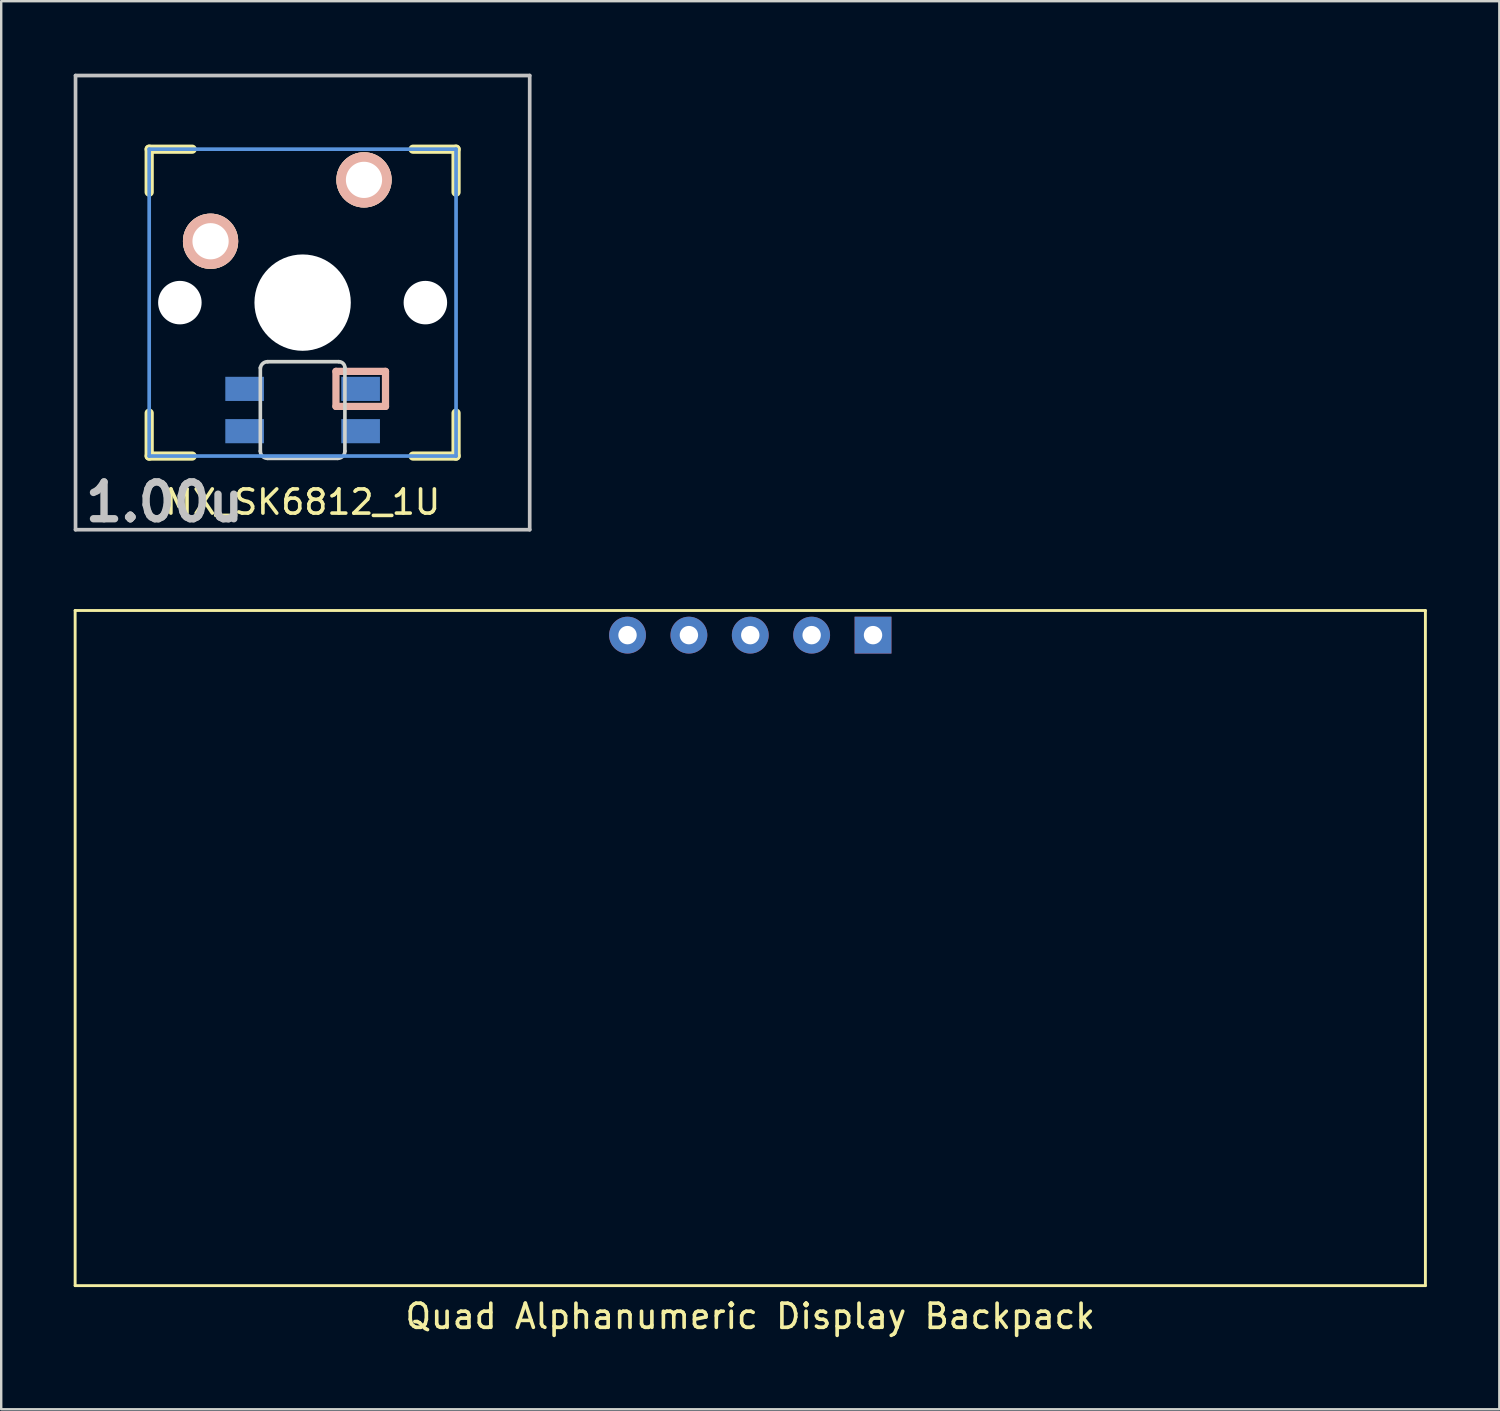
<source format=kicad_pcb>
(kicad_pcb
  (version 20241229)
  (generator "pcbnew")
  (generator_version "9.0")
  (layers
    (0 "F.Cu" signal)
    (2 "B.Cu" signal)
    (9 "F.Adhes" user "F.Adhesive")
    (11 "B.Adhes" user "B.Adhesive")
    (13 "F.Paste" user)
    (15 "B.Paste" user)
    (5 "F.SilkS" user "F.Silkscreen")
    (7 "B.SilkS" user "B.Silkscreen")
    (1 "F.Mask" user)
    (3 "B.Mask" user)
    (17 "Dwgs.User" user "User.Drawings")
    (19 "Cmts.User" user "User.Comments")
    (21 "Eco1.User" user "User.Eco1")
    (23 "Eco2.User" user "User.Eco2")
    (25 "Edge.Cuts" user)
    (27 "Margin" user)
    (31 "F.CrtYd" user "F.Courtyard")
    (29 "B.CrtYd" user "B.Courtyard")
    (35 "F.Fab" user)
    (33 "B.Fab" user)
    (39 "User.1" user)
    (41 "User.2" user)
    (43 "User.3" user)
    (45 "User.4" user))
  (footprint "MX_SK6812_1U"
    (layer "F.Cu")
    (at 9.474 9.474)
    (property "Reference" "MX_SK6812_1U" (at 0 8.255 0) (layer "F.SilkS") (effects (font (size 1 1) (thickness 0.15))))
    (attr through_hole)
    (fp_line (start -6.35 -6.35) (end -4.572 -6.35) (stroke (width 0.381) (type solid)) (layer "F.SilkS"))
    (fp_line (start -6.35 -4.572) (end -6.35 -6.35) (stroke (width 0.381) (type solid)) (layer "F.SilkS"))
    (fp_line (start -6.35 6.35) (end -6.35 4.572) (stroke (width 0.381) (type solid)) (layer "F.SilkS"))
    (fp_line (start -4.572 6.35) (end -6.35 6.35) (stroke (width 0.381) (type solid)) (layer "F.SilkS"))
    (fp_line (start 4.572 -6.35) (end 6.35 -6.35) (stroke (width 0.381) (type solid)) (layer "F.SilkS"))
    (fp_line (start 6.35 -6.35) (end 6.35 -4.572) (stroke (width 0.381) (type solid)) (layer "F.SilkS"))
    (fp_line (start 6.35 4.572) (end 6.35 6.35) (stroke (width 0.381) (type solid)) (layer "F.SilkS"))
    (fp_line (start 6.35 6.35) (end 4.572 6.35) (stroke (width 0.381) (type solid)) (layer "F.SilkS"))
    (fp_line (start 1.38 2.845) (end 3.43 2.845) (stroke (width 0.3) (type solid)) (layer "B.SilkS"))
    (fp_line (start 1.38 4.295) (end 1.38 2.845) (stroke (width 0.3) (type solid)) (layer "B.SilkS"))
    (fp_line (start 3.43 2.845) (end 3.43 4.295) (stroke (width 0.3) (type solid)) (layer "B.SilkS"))
    (fp_line (start 3.43 4.295) (end 1.38 4.295) (stroke (width 0.3) (type solid)) (layer "B.SilkS"))
    (fp_line (start -9.398 -9.398) (end 9.398 -9.398) (stroke (width 0.152) (type solid)) (layer "Dwgs.User"))
    (fp_line (start -9.398 9.398) (end -9.398 -9.398) (stroke (width 0.152) (type solid)) (layer "Dwgs.User"))
    (fp_line (start 9.398 -9.398) (end 9.398 9.398) (stroke (width 0.152) (type solid)) (layer "Dwgs.User"))
    (fp_line (start 9.398 9.398) (end -9.398 9.398) (stroke (width 0.152) (type solid)) (layer "Dwgs.User"))
    (fp_line (start -6.35 -6.35) (end 6.35 -6.35) (stroke (width 0.152) (type solid)) (layer "Cmts.User"))
    (fp_line (start -6.35 6.35) (end -6.35 -6.35) (stroke (width 0.152) (type solid)) (layer "Cmts.User"))
    (fp_line (start 6.35 -6.35) (end 6.35 6.35) (stroke (width 0.152) (type solid)) (layer "Cmts.User"))
    (fp_line (start 6.35 6.35) (end -6.35 6.35) (stroke (width 0.152) (type solid)) (layer "Cmts.User"))
    (fp_line (start -6.985 -6.985) (end 6.985 -6.985) (stroke (width 0.152) (type solid)) (layer "Eco2.User"))
    (fp_line (start -6.985 6.985) (end -6.985 -6.985) (stroke (width 0.152) (type solid)) (layer "Eco2.User"))
    (fp_line (start 6.985 -6.985) (end 6.985 6.985) (stroke (width 0.152) (type solid)) (layer "Eco2.User"))
    (fp_line (start 6.985 6.985) (end -6.985 6.985) (stroke (width 0.152) (type solid)) (layer "Eco2.User"))
    (fp_line (start -1.75 2.695) (end -1.75 6.145) (stroke (width 0.15) (type solid)) (layer "Edge.Cuts"))
    (fp_line (start -1.45 6.445) (end 1.45 6.445) (stroke (width 0.15) (type solid)) (layer "Edge.Cuts"))
    (fp_line (start 1.5 2.445) (end -1.45 2.445) (stroke (width 0.15) (type solid)) (layer "Edge.Cuts"))
    (fp_line (start 1.75 6.145) (end 1.75 2.695) (stroke (width 0.15) (type solid)) (layer "Edge.Cuts"))
    (fp_arc (start -1.746985 2.702574) (mid -1.646561 2.518364) (end -1.45 2.445) (stroke (width 0.15) (type solid)) (layer "Edge.Cuts"))
    (fp_arc (start -1.45 6.445) (mid -1.662132 6.357132) (end -1.75 6.145) (stroke (width 0.15) (type solid)) (layer "Edge.Cuts"))
    (fp_arc (start 1.5 2.445) (mid 1.676777 2.518223) (end 1.75 2.695) (stroke (width 0.15) (type solid)) (layer "Edge.Cuts"))
    (fp_arc (start 1.75 6.145) (mid 1.662132 6.357132) (end 1.45 6.445) (stroke (width 0.15) (type solid)) (layer "Edge.Cuts"))
    (fp_text user "1.00u" (at -5.715 8.255 0) (layer "Dwgs.User") (effects (font (size 1.524 1.524) (thickness 0.305))))
    (pad "" np_thru_hole circle (at -5.08 0) (size 1.8 1.8) (drill 1.8) (layers "*.Cu"))
    (pad "" np_thru_hole circle (at 0 0) (size 3.988 3.988) (drill 3.988) (layers "*.Cu"))
    (pad "" np_thru_hole circle (at 5.08 0) (size 1.8 1.8) (drill 1.8) (layers "*.Cu"))
    (pad "1" smd rect (at -2.4 3.57) (size 1.6 1) (layers "B.Cu" "B.Mask" "B.Paste"))
    (pad "1" thru_hole circle (at 2.54 -5.08) (size 2.286 2.286) (drill 1.499) (layers "*.Cu" "*.SilkS" "*.Mask"))
    (pad "2" thru_hole circle (at -3.81 -2.54) (size 2.286 2.286) (drill 1.499) (layers "*.Cu" "*.SilkS" "*.Mask"))
    (pad "2" smd rect (at -2.4 5.32) (size 1.6 1) (layers "B.Cu" "B.Mask" "B.Paste"))
    (pad "3" smd rect (at 2.4 5.32) (size 1.6 1) (layers "B.Cu" "B.Mask" "B.Paste"))
    (pad "4" smd rect (at 2.4 3.57) (size 1.6 1) (layers "B.Cu" "B.Mask" "B.Paste")))
  (footprint "Quad Alphanumeric Display Backpack"
    (layer "F.Cu")
    (at 28 36.186)
    (property "Reference" "Quad Alphanumeric Display Backpack" (at 0 15.24 0) (layer "F.SilkS") (effects (font (size 1 1) (thickness 0.15))))
    (attr through_hole)
    (fp_line (start -27.94 -13.97) (end -27.94 13.97) (stroke (width 0.12) (type solid)) (layer "F.SilkS"))
    (fp_line (start -27.94 -13.97) (end 27.94 -13.97) (stroke (width 0.12) (type solid)) (layer "F.SilkS"))
    (fp_line (start -27.94 13.97) (end 27.94 13.97) (stroke (width 0.12) (type solid)) (layer "F.SilkS"))
    (fp_line (start 27.94 -13.97) (end 27.94 13.97) (stroke (width 0.12) (type solid)) (layer "F.SilkS"))
    (pad "1" thru_hole circle (at -5.08 -12.951) (size 1.524 1.524) (drill 0.762) (layers "*.Cu" "*.Mask"))
    (pad "2" thru_hole circle (at -2.54 -12.951) (size 1.524 1.524) (drill 0.762) (layers "*.Cu" "*.Mask"))
    (pad "3" thru_hole circle (at 0 -12.951) (size 1.524 1.524) (drill 0.762) (layers "*.Cu" "*.Mask"))
    (pad "4" thru_hole circle (at 2.54 -12.951) (size 1.524 1.524) (drill 0.762) (layers "*.Cu" "*.Mask"))
    (pad "5" thru_hole rect (at 5.08 -12.951) (size 1.524 1.524) (drill 0.762) (layers "*.Cu" "*.Mask")))
  (gr_rect
    (start -3 -3)
    (end 59 55.274)
    (stroke (width 0.1) (type default))
    (fill no)
    (layer "Edge.Cuts")))
</source>
